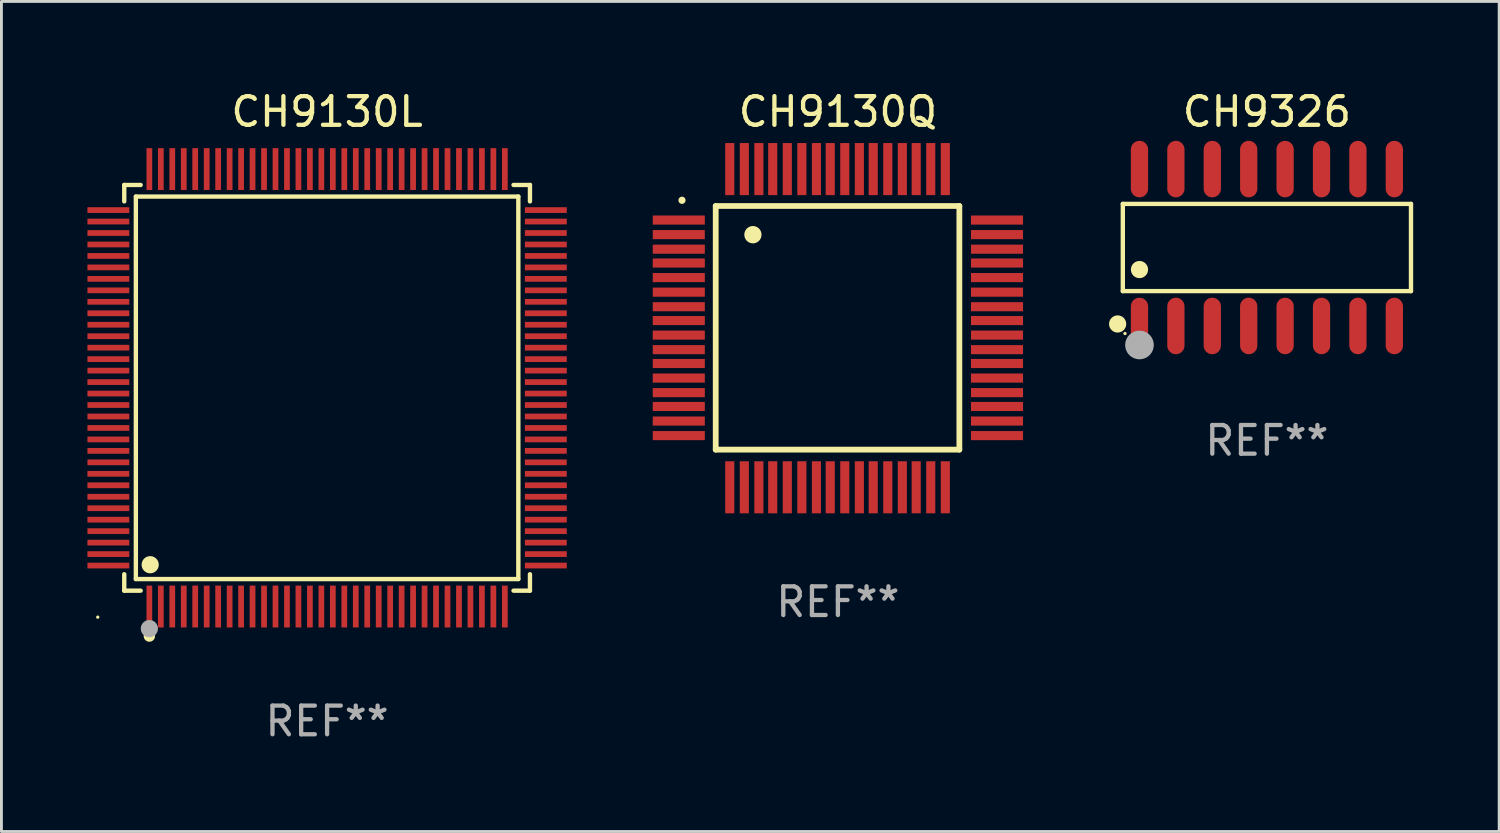
<source format=kicad_pcb>
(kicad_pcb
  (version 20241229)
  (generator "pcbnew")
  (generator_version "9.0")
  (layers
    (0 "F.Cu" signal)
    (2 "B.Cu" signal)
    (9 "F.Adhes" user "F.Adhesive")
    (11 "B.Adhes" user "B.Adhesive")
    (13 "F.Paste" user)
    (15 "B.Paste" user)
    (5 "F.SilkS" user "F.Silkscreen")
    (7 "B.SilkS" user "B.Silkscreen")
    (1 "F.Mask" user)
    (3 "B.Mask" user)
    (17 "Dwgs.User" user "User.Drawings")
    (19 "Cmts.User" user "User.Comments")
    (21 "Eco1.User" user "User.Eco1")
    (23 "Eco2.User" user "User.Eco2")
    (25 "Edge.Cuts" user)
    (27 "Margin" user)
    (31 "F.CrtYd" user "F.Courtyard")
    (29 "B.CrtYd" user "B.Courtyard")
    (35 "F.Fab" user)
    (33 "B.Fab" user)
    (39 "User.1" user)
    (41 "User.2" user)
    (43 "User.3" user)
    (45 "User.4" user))
  (footprint "CH9326"
    (layer "F.Cu")
    (at 41.143 5.584)
    (property "Reference" "CH9326" (at 0 -4.736 0) (layer "F.SilkS") (effects (font (size 1 1) (thickness 0.15))))
    (attr through_hole)
    (fp_line (start -5.026 -1.521) (end 5.026 -1.521) (stroke (width 0.152) (type solid)) (layer "F.SilkS"))
    (fp_line (start -5.026 1.521) (end -5.026 -1.521) (stroke (width 0.152) (type solid)) (layer "F.SilkS"))
    (fp_line (start 5.026 -1.521) (end 5.026 1.521) (stroke (width 0.152) (type solid)) (layer "F.SilkS"))
    (fp_line (start 5.026 1.521) (end -5.026 1.521) (stroke (width 0.152) (type solid)) (layer "F.SilkS"))
    (fp_circle (center -5.207 2.667) (end -5.057 2.667) (stroke (width 0.3) (type solid)) (fill no) (layer "F.SilkS"))
    (fp_circle (center -4.95 3) (end -4.92 3) (stroke (width 0.06) (type solid)) (fill no) (layer "F.SilkS"))
    (fp_circle (center -4.445 0.769) (end -4.295 0.769) (stroke (width 0.3) (type solid)) (fill no) (layer "F.SilkS"))
    (fp_circle (center -4.445 3.4) (end -4.195 3.4) (stroke (width 0.5) (type solid)) (fill no) (layer "F.Fab"))
    (fp_text user "REF**" (at 0 6.736 0) (layer "F.Fab") (effects (font (size 1 1) (thickness 0.15))))
    (pad "1" smd oval (at -4.445 2.736) (size 0.602 1.971) (layers "F.Cu" "F.Mask" "F.Paste"))
    (pad "2" smd oval (at -3.175 2.736) (size 0.602 1.971) (layers "F.Cu" "F.Mask" "F.Paste"))
    (pad "3" smd oval (at -1.905 2.736) (size 0.602 1.971) (layers "F.Cu" "F.Mask" "F.Paste"))
    (pad "4" smd oval (at -0.635 2.736) (size 0.602 1.971) (layers "F.Cu" "F.Mask" "F.Paste"))
    (pad "5" smd oval (at 0.635 2.736) (size 0.602 1.971) (layers "F.Cu" "F.Mask" "F.Paste"))
    (pad "6" smd oval (at 1.905 2.736) (size 0.602 1.971) (layers "F.Cu" "F.Mask" "F.Paste"))
    (pad "7" smd oval (at 3.175 2.736) (size 0.602 1.971) (layers "F.Cu" "F.Mask" "F.Paste"))
    (pad "8" smd oval (at 4.445 2.736) (size 0.602 1.971) (layers "F.Cu" "F.Mask" "F.Paste"))
    (pad "9" smd oval (at 4.445 -2.736) (size 0.602 1.971) (layers "F.Cu" "F.Mask" "F.Paste"))
    (pad "10" smd oval (at 3.175 -2.736) (size 0.602 1.971) (layers "F.Cu" "F.Mask" "F.Paste"))
    (pad "11" smd oval (at 1.905 -2.736) (size 0.602 1.971) (layers "F.Cu" "F.Mask" "F.Paste"))
    (pad "12" smd oval (at 0.635 -2.736) (size 0.602 1.971) (layers "F.Cu" "F.Mask" "F.Paste"))
    (pad "13" smd oval (at -0.635 -2.736) (size 0.602 1.971) (layers "F.Cu" "F.Mask" "F.Paste"))
    (pad "14" smd oval (at -1.905 -2.736) (size 0.602 1.971) (layers "F.Cu" "F.Mask" "F.Paste"))
    (pad "15" smd oval (at -3.175 -2.736) (size 0.602 1.971) (layers "F.Cu" "F.Mask" "F.Paste"))
    (pad "16" smd oval (at -4.445 -2.736) (size 0.602 1.971) (layers "F.Cu" "F.Mask" "F.Paste")))
  (footprint "CH9130Q"
    (layer "F.Cu")
    (at 26.178 8.398)
    (property "Reference" "CH9130Q" (at 0 -7.55 0) (layer "F.SilkS") (effects (font (size 1 1) (thickness 0.15))))
    (attr through_hole)
    (fp_line (start -4.262 -4.262) (end -4.262 4.237) (stroke (width 0.201) (type solid)) (layer "F.SilkS"))
    (fp_line (start -4.262 4.237) (end 4.237 4.237) (stroke (width 0.201) (type solid)) (layer "F.SilkS"))
    (fp_line (start 4.237 -4.262) (end -4.262 -4.262) (stroke (width 0.201) (type solid)) (layer "F.SilkS"))
    (fp_line (start 4.237 4.237) (end 4.237 -4.262) (stroke (width 0.201) (type solid)) (layer "F.SilkS"))
    (fp_arc (start -5.438151 -4.460249) (mid -5.438157 -4.461519) (end -5.438151 -4.462789) (stroke (width 0.24892) (type solid)) (layer "F.SilkS"))
    (fp_arc (start -2.964186 -3.258827) (mid -2.964197 -3.261367) (end -2.964186 -3.263907) (stroke (width 0.599441) (type solid)) (layer "F.SilkS"))
    (fp_text user "REF**" (at 0 9.55 0) (layer "F.Fab") (effects (font (size 1 1) (thickness 0.15))))
    (pad "1" smd rect (at -5.55 -3.772 90) (size 0.318 1.816) (layers "F.Cu" "F.Mask" "F.Paste"))
    (pad "2" smd rect (at -5.55 -3.264 90) (size 0.318 1.816) (layers "F.Cu" "F.Mask" "F.Paste"))
    (pad "3" smd rect (at -5.55 -2.756 90) (size 0.318 1.816) (layers "F.Cu" "F.Mask" "F.Paste"))
    (pad "4" smd rect (at -5.55 -2.273 90) (size 0.318 1.816) (layers "F.Cu" "F.Mask" "F.Paste"))
    (pad "5" smd rect (at -5.55 -1.765 90) (size 0.318 1.816) (layers "F.Cu" "F.Mask" "F.Paste"))
    (pad "6" smd rect (at -5.55 -1.257 90) (size 0.318 1.816) (layers "F.Cu" "F.Mask" "F.Paste"))
    (pad "7" smd rect (at -5.55 -0.749 90) (size 0.318 1.816) (layers "F.Cu" "F.Mask" "F.Paste"))
    (pad "8" smd rect (at -5.55 -0.267 90) (size 0.318 1.816) (layers "F.Cu" "F.Mask" "F.Paste"))
    (pad "9" smd rect (at -5.55 0.241 90) (size 0.318 1.816) (layers "F.Cu" "F.Mask" "F.Paste"))
    (pad "10" smd rect (at -5.55 0.749 90) (size 0.318 1.816) (layers "F.Cu" "F.Mask" "F.Paste"))
    (pad "11" smd rect (at -5.55 1.232 90) (size 0.318 1.816) (layers "F.Cu" "F.Mask" "F.Paste"))
    (pad "12" smd rect (at -5.55 1.74 90) (size 0.318 1.816) (layers "F.Cu" "F.Mask" "F.Paste"))
    (pad "13" smd rect (at -5.55 2.248 90) (size 0.318 1.816) (layers "F.Cu" "F.Mask" "F.Paste"))
    (pad "14" smd rect (at -5.55 2.731 90) (size 0.318 1.816) (layers "F.Cu" "F.Mask" "F.Paste"))
    (pad "15" smd rect (at -5.55 3.239 90) (size 0.318 1.816) (layers "F.Cu" "F.Mask" "F.Paste"))
    (pad "16" smd rect (at -5.55 3.747 90) (size 0.318 1.816) (layers "F.Cu" "F.Mask" "F.Paste"))
    (pad "17" smd rect (at -3.772 5.55) (size 0.318 1.816) (layers "F.Cu" "F.Mask" "F.Paste"))
    (pad "18" smd rect (at -3.264 5.55) (size 0.318 1.816) (layers "F.Cu" "F.Mask" "F.Paste"))
    (pad "19" smd rect (at -2.756 5.55) (size 0.318 1.816) (layers "F.Cu" "F.Mask" "F.Paste"))
    (pad "20" smd rect (at -2.273 5.55) (size 0.318 1.816) (layers "F.Cu" "F.Mask" "F.Paste"))
    (pad "21" smd rect (at -1.765 5.55) (size 0.318 1.816) (layers "F.Cu" "F.Mask" "F.Paste"))
    (pad "22" smd rect (at -1.257 5.55) (size 0.318 1.816) (layers "F.Cu" "F.Mask" "F.Paste"))
    (pad "23" smd rect (at -0.749 5.55) (size 0.318 1.816) (layers "F.Cu" "F.Mask" "F.Paste"))
    (pad "24" smd rect (at -0.267 5.55) (size 0.318 1.816) (layers "F.Cu" "F.Mask" "F.Paste"))
    (pad "25" smd rect (at 0.241 5.55) (size 0.318 1.816) (layers "F.Cu" "F.Mask" "F.Paste"))
    (pad "26" smd rect (at 0.749 5.55) (size 0.318 1.816) (layers "F.Cu" "F.Mask" "F.Paste"))
    (pad "27" smd rect (at 1.232 5.55) (size 0.318 1.816) (layers "F.Cu" "F.Mask" "F.Paste"))
    (pad "28" smd rect (at 1.74 5.55) (size 0.318 1.816) (layers "F.Cu" "F.Mask" "F.Paste"))
    (pad "29" smd rect (at 2.248 5.55) (size 0.318 1.816) (layers "F.Cu" "F.Mask" "F.Paste"))
    (pad "30" smd rect (at 2.731 5.55) (size 0.318 1.816) (layers "F.Cu" "F.Mask" "F.Paste"))
    (pad "31" smd rect (at 3.239 5.55) (size 0.318 1.816) (layers "F.Cu" "F.Mask" "F.Paste"))
    (pad "32" smd rect (at 3.747 5.55) (size 0.318 1.816) (layers "F.Cu" "F.Mask" "F.Paste"))
    (pad "33" smd rect (at 5.55 3.747 90) (size 0.318 1.816) (layers "F.Cu" "F.Mask" "F.Paste"))
    (pad "34" smd rect (at 5.55 3.239 90) (size 0.318 1.816) (layers "F.Cu" "F.Mask" "F.Paste"))
    (pad "35" smd rect (at 5.55 2.731 90) (size 0.318 1.816) (layers "F.Cu" "F.Mask" "F.Paste"))
    (pad "36" smd rect (at 5.55 2.248 90) (size 0.318 1.816) (layers "F.Cu" "F.Mask" "F.Paste"))
    (pad "37" smd rect (at 5.55 1.74 90) (size 0.318 1.816) (layers "F.Cu" "F.Mask" "F.Paste"))
    (pad "38" smd rect (at 5.55 1.232 90) (size 0.318 1.816) (layers "F.Cu" "F.Mask" "F.Paste"))
    (pad "39" smd rect (at 5.55 0.749 90) (size 0.318 1.816) (layers "F.Cu" "F.Mask" "F.Paste"))
    (pad "40" smd rect (at 5.55 0.241 90) (size 0.318 1.816) (layers "F.Cu" "F.Mask" "F.Paste"))
    (pad "41" smd rect (at 5.55 -0.267 90) (size 0.318 1.816) (layers "F.Cu" "F.Mask" "F.Paste"))
    (pad "42" smd rect (at 5.55 -0.749 90) (size 0.318 1.816) (layers "F.Cu" "F.Mask" "F.Paste"))
    (pad "43" smd rect (at 5.55 -1.257 90) (size 0.318 1.816) (layers "F.Cu" "F.Mask" "F.Paste"))
    (pad "44" smd rect (at 5.55 -1.765 90) (size 0.318 1.816) (layers "F.Cu" "F.Mask" "F.Paste"))
    (pad "45" smd rect (at 5.55 -2.273 90) (size 0.318 1.816) (layers "F.Cu" "F.Mask" "F.Paste"))
    (pad "46" smd rect (at 5.55 -2.756 90) (size 0.318 1.816) (layers "F.Cu" "F.Mask" "F.Paste"))
    (pad "47" smd rect (at 5.55 -3.264 90) (size 0.318 1.816) (layers "F.Cu" "F.Mask" "F.Paste"))
    (pad "48" smd rect (at 5.55 -3.772 90) (size 0.318 1.816) (layers "F.Cu" "F.Mask" "F.Paste"))
    (pad "49" smd rect (at 3.747 -5.55) (size 0.318 1.816) (layers "F.Cu" "F.Mask" "F.Paste"))
    (pad "50" smd rect (at 3.239 -5.55) (size 0.318 1.816) (layers "F.Cu" "F.Mask" "F.Paste"))
    (pad "51" smd rect (at 2.731 -5.55) (size 0.318 1.816) (layers "F.Cu" "F.Mask" "F.Paste"))
    (pad "52" smd rect (at 2.248 -5.55) (size 0.318 1.816) (layers "F.Cu" "F.Mask" "F.Paste"))
    (pad "53" smd rect (at 1.74 -5.55) (size 0.318 1.816) (layers "F.Cu" "F.Mask" "F.Paste"))
    (pad "54" smd rect (at 1.232 -5.55) (size 0.318 1.816) (layers "F.Cu" "F.Mask" "F.Paste"))
    (pad "55" smd rect (at 0.749 -5.55) (size 0.318 1.816) (layers "F.Cu" "F.Mask" "F.Paste"))
    (pad "56" smd rect (at 0.241 -5.55) (size 0.318 1.816) (layers "F.Cu" "F.Mask" "F.Paste"))
    (pad "57" smd rect (at -0.267 -5.55) (size 0.318 1.816) (layers "F.Cu" "F.Mask" "F.Paste"))
    (pad "58" smd rect (at -0.749 -5.55) (size 0.318 1.816) (layers "F.Cu" "F.Mask" "F.Paste"))
    (pad "59" smd rect (at -1.257 -5.55) (size 0.318 1.816) (layers "F.Cu" "F.Mask" "F.Paste"))
    (pad "60" smd rect (at -1.765 -5.55) (size 0.318 1.816) (layers "F.Cu" "F.Mask" "F.Paste"))
    (pad "61" smd rect (at -2.273 -5.55) (size 0.318 1.816) (layers "F.Cu" "F.Mask" "F.Paste"))
    (pad "62" smd rect (at -2.756 -5.55) (size 0.318 1.816) (layers "F.Cu" "F.Mask" "F.Paste"))
    (pad "63" smd rect (at -3.264 -5.55) (size 0.318 1.816) (layers "F.Cu" "F.Mask" "F.Paste"))
    (pad "64" smd rect (at -3.772 -5.55) (size 0.318 1.816) (layers "F.Cu" "F.Mask" "F.Paste")))
  (footprint "CH9130L"
    (layer "F.Cu")
    (at 8.36 10.478)
    (property "Reference" "CH9130L" (at 0 -9.63 0) (layer "F.SilkS") (effects (font (size 1 1) (thickness 0.15))))
    (attr through_hole)
    (fp_line (start -7.076 -7.076) (end -6.503 -7.076) (stroke (width 0.152) (type solid)) (layer "F.SilkS"))
    (fp_line (start -7.076 -6.503) (end -7.076 -7.076) (stroke (width 0.152) (type solid)) (layer "F.SilkS"))
    (fp_line (start -7.076 6.503) (end -7.076 7.076) (stroke (width 0.152) (type solid)) (layer "F.SilkS"))
    (fp_line (start -7.076 7.076) (end -6.503 7.076) (stroke (width 0.152) (type solid)) (layer "F.SilkS"))
    (fp_line (start -6.671 -6.671) (end 6.671 -6.671) (stroke (width 0.152) (type solid)) (layer "F.SilkS"))
    (fp_line (start -6.671 6.671) (end -6.671 -6.671) (stroke (width 0.152) (type solid)) (layer "F.SilkS"))
    (fp_line (start 6.671 -6.671) (end 6.671 6.671) (stroke (width 0.152) (type solid)) (layer "F.SilkS"))
    (fp_line (start 6.671 6.671) (end -6.671 6.671) (stroke (width 0.152) (type solid)) (layer "F.SilkS"))
    (fp_line (start 7.076 -7.076) (end 6.503 -7.076) (stroke (width 0.152) (type solid)) (layer "F.SilkS"))
    (fp_line (start 7.076 -6.503) (end 7.076 -7.076) (stroke (width 0.152) (type solid)) (layer "F.SilkS"))
    (fp_line (start 7.076 6.503) (end 7.076 7.076) (stroke (width 0.152) (type solid)) (layer "F.SilkS"))
    (fp_line (start 7.076 7.076) (end 6.503 7.076) (stroke (width 0.152) (type solid)) (layer "F.SilkS"))
    (fp_circle (center -8 8) (end -7.97 8) (stroke (width 0.06) (type solid)) (fill no) (layer "F.SilkS"))
    (fp_circle (center -6.2 8.66) (end -6.1 8.66) (stroke (width 0.2) (type solid)) (fill no) (layer "F.SilkS"))
    (fp_circle (center -6.171 6.171) (end -6.021 6.171) (stroke (width 0.3) (type solid)) (fill no) (layer "F.SilkS"))
    (fp_circle (center -6.2 8.4) (end -6.05 8.4) (stroke (width 0.3) (type solid)) (fill no) (layer "F.Fab"))
    (fp_text user "REF**" (at 0 11.63 0) (layer "F.Fab") (effects (font (size 1 1) (thickness 0.15))))
    (pad "1" smd rect (at -6.2 7.63) (size 0.2 1.46) (layers "F.Cu" "F.Mask" "F.Paste"))
    (pad "2" smd rect (at -5.8 7.63) (size 0.2 1.46) (layers "F.Cu" "F.Mask" "F.Paste"))
    (pad "3" smd rect (at -5.4 7.63) (size 0.2 1.46) (layers "F.Cu" "F.Mask" "F.Paste"))
    (pad "4" smd rect (at -5 7.63) (size 0.2 1.46) (layers "F.Cu" "F.Mask" "F.Paste"))
    (pad "5" smd rect (at -4.6 7.63) (size 0.2 1.46) (layers "F.Cu" "F.Mask" "F.Paste"))
    (pad "6" smd rect (at -4.2 7.63) (size 0.2 1.46) (layers "F.Cu" "F.Mask" "F.Paste"))
    (pad "7" smd rect (at -3.8 7.63) (size 0.2 1.46) (layers "F.Cu" "F.Mask" "F.Paste"))
    (pad "8" smd rect (at -3.4 7.63) (size 0.2 1.46) (layers "F.Cu" "F.Mask" "F.Paste"))
    (pad "9" smd rect (at -3 7.63) (size 0.2 1.46) (layers "F.Cu" "F.Mask" "F.Paste"))
    (pad "10" smd rect (at -2.6 7.63) (size 0.2 1.46) (layers "F.Cu" "F.Mask" "F.Paste"))
    (pad "11" smd rect (at -2.2 7.63) (size 0.2 1.46) (layers "F.Cu" "F.Mask" "F.Paste"))
    (pad "12" smd rect (at -1.8 7.63) (size 0.2 1.46) (layers "F.Cu" "F.Mask" "F.Paste"))
    (pad "13" smd rect (at -1.4 7.63) (size 0.2 1.46) (layers "F.Cu" "F.Mask" "F.Paste"))
    (pad "14" smd rect (at -1 7.63) (size 0.2 1.46) (layers "F.Cu" "F.Mask" "F.Paste"))
    (pad "15" smd rect (at -0.6 7.63) (size 0.2 1.46) (layers "F.Cu" "F.Mask" "F.Paste"))
    (pad "16" smd rect (at -0.2 7.63) (size 0.2 1.46) (layers "F.Cu" "F.Mask" "F.Paste"))
    (pad "17" smd rect (at 0.2 7.63) (size 0.2 1.46) (layers "F.Cu" "F.Mask" "F.Paste"))
    (pad "18" smd rect (at 0.6 7.63) (size 0.2 1.46) (layers "F.Cu" "F.Mask" "F.Paste"))
    (pad "19" smd rect (at 1 7.63) (size 0.2 1.46) (layers "F.Cu" "F.Mask" "F.Paste"))
    (pad "20" smd rect (at 1.4 7.63) (size 0.2 1.46) (layers "F.Cu" "F.Mask" "F.Paste"))
    (pad "21" smd rect (at 1.8 7.63) (size 0.2 1.46) (layers "F.Cu" "F.Mask" "F.Paste"))
    (pad "22" smd rect (at 2.2 7.63) (size 0.2 1.46) (layers "F.Cu" "F.Mask" "F.Paste"))
    (pad "23" smd rect (at 2.6 7.63) (size 0.2 1.46) (layers "F.Cu" "F.Mask" "F.Paste"))
    (pad "24" smd rect (at 3 7.63) (size 0.2 1.46) (layers "F.Cu" "F.Mask" "F.Paste"))
    (pad "25" smd rect (at 3.4 7.63) (size 0.2 1.46) (layers "F.Cu" "F.Mask" "F.Paste"))
    (pad "26" smd rect (at 3.8 7.63) (size 0.2 1.46) (layers "F.Cu" "F.Mask" "F.Paste"))
    (pad "27" smd rect (at 4.2 7.63) (size 0.2 1.46) (layers "F.Cu" "F.Mask" "F.Paste"))
    (pad "28" smd rect (at 4.6 7.63) (size 0.2 1.46) (layers "F.Cu" "F.Mask" "F.Paste"))
    (pad "29" smd rect (at 5 7.63) (size 0.2 1.46) (layers "F.Cu" "F.Mask" "F.Paste"))
    (pad "30" smd rect (at 5.4 7.63) (size 0.2 1.46) (layers "F.Cu" "F.Mask" "F.Paste"))
    (pad "31" smd rect (at 5.8 7.63) (size 0.2 1.46) (layers "F.Cu" "F.Mask" "F.Paste"))
    (pad "32" smd rect (at 6.2 7.63) (size 0.2 1.46) (layers "F.Cu" "F.Mask" "F.Paste"))
    (pad "33" smd rect (at 7.63 6.2) (size 1.46 0.2) (layers "F.Cu" "F.Mask" "F.Paste"))
    (pad "34" smd rect (at 7.63 5.8) (size 1.46 0.2) (layers "F.Cu" "F.Mask" "F.Paste"))
    (pad "35" smd rect (at 7.63 5.4) (size 1.46 0.2) (layers "F.Cu" "F.Mask" "F.Paste"))
    (pad "36" smd rect (at 7.63 5) (size 1.46 0.2) (layers "F.Cu" "F.Mask" "F.Paste"))
    (pad "37" smd rect (at 7.63 4.6) (size 1.46 0.2) (layers "F.Cu" "F.Mask" "F.Paste"))
    (pad "38" smd rect (at 7.63 4.2) (size 1.46 0.2) (layers "F.Cu" "F.Mask" "F.Paste"))
    (pad "39" smd rect (at 7.63 3.8) (size 1.46 0.2) (layers "F.Cu" "F.Mask" "F.Paste"))
    (pad "40" smd rect (at 7.63 3.4) (size 1.46 0.2) (layers "F.Cu" "F.Mask" "F.Paste"))
    (pad "41" smd rect (at 7.63 3) (size 1.46 0.2) (layers "F.Cu" "F.Mask" "F.Paste"))
    (pad "42" smd rect (at 7.63 2.6) (size 1.46 0.2) (layers "F.Cu" "F.Mask" "F.Paste"))
    (pad "43" smd rect (at 7.63 2.2) (size 1.46 0.2) (layers "F.Cu" "F.Mask" "F.Paste"))
    (pad "44" smd rect (at 7.63 1.8) (size 1.46 0.2) (layers "F.Cu" "F.Mask" "F.Paste"))
    (pad "45" smd rect (at 7.63 1.4) (size 1.46 0.2) (layers "F.Cu" "F.Mask" "F.Paste"))
    (pad "46" smd rect (at 7.63 1) (size 1.46 0.2) (layers "F.Cu" "F.Mask" "F.Paste"))
    (pad "47" smd rect (at 7.63 0.6) (size 1.46 0.2) (layers "F.Cu" "F.Mask" "F.Paste"))
    (pad "48" smd rect (at 7.63 0.2) (size 1.46 0.2) (layers "F.Cu" "F.Mask" "F.Paste"))
    (pad "49" smd rect (at 7.63 -0.2) (size 1.46 0.2) (layers "F.Cu" "F.Mask" "F.Paste"))
    (pad "50" smd rect (at 7.63 -0.6) (size 1.46 0.2) (layers "F.Cu" "F.Mask" "F.Paste"))
    (pad "51" smd rect (at 7.63 -1) (size 1.46 0.2) (layers "F.Cu" "F.Mask" "F.Paste"))
    (pad "52" smd rect (at 7.63 -1.4) (size 1.46 0.2) (layers "F.Cu" "F.Mask" "F.Paste"))
    (pad "53" smd rect (at 7.63 -1.8) (size 1.46 0.2) (layers "F.Cu" "F.Mask" "F.Paste"))
    (pad "54" smd rect (at 7.63 -2.2) (size 1.46 0.2) (layers "F.Cu" "F.Mask" "F.Paste"))
    (pad "55" smd rect (at 7.63 -2.6) (size 1.46 0.2) (layers "F.Cu" "F.Mask" "F.Paste"))
    (pad "56" smd rect (at 7.63 -3) (size 1.46 0.2) (layers "F.Cu" "F.Mask" "F.Paste"))
    (pad "57" smd rect (at 7.63 -3.4) (size 1.46 0.2) (layers "F.Cu" "F.Mask" "F.Paste"))
    (pad "58" smd rect (at 7.63 -3.8) (size 1.46 0.2) (layers "F.Cu" "F.Mask" "F.Paste"))
    (pad "59" smd rect (at 7.63 -4.2) (size 1.46 0.2) (layers "F.Cu" "F.Mask" "F.Paste"))
    (pad "60" smd rect (at 7.63 -4.6) (size 1.46 0.2) (layers "F.Cu" "F.Mask" "F.Paste"))
    (pad "61" smd rect (at 7.63 -5) (size 1.46 0.2) (layers "F.Cu" "F.Mask" "F.Paste"))
    (pad "62" smd rect (at 7.63 -5.4) (size 1.46 0.2) (layers "F.Cu" "F.Mask" "F.Paste"))
    (pad "63" smd rect (at 7.63 -5.8) (size 1.46 0.2) (layers "F.Cu" "F.Mask" "F.Paste"))
    (pad "64" smd rect (at 7.63 -6.2) (size 1.46 0.2) (layers "F.Cu" "F.Mask" "F.Paste"))
    (pad "65" smd rect (at 6.2 -7.63) (size 0.2 1.46) (layers "F.Cu" "F.Mask" "F.Paste"))
    (pad "66" smd rect (at 5.8 -7.63) (size 0.2 1.46) (layers "F.Cu" "F.Mask" "F.Paste"))
    (pad "67" smd rect (at 5.4 -7.63) (size 0.2 1.46) (layers "F.Cu" "F.Mask" "F.Paste"))
    (pad "68" smd rect (at 5 -7.63) (size 0.2 1.46) (layers "F.Cu" "F.Mask" "F.Paste"))
    (pad "69" smd rect (at 4.6 -7.63) (size 0.2 1.46) (layers "F.Cu" "F.Mask" "F.Paste"))
    (pad "70" smd rect (at 4.2 -7.63) (size 0.2 1.46) (layers "F.Cu" "F.Mask" "F.Paste"))
    (pad "71" smd rect (at 3.8 -7.63) (size 0.2 1.46) (layers "F.Cu" "F.Mask" "F.Paste"))
    (pad "72" smd rect (at 3.4 -7.63) (size 0.2 1.46) (layers "F.Cu" "F.Mask" "F.Paste"))
    (pad "73" smd rect (at 3 -7.63) (size 0.2 1.46) (layers "F.Cu" "F.Mask" "F.Paste"))
    (pad "74" smd rect (at 2.6 -7.63) (size 0.2 1.46) (layers "F.Cu" "F.Mask" "F.Paste"))
    (pad "75" smd rect (at 2.2 -7.63) (size 0.2 1.46) (layers "F.Cu" "F.Mask" "F.Paste"))
    (pad "76" smd rect (at 1.8 -7.63) (size 0.2 1.46) (layers "F.Cu" "F.Mask" "F.Paste"))
    (pad "77" smd rect (at 1.4 -7.63) (size 0.2 1.46) (layers "F.Cu" "F.Mask" "F.Paste"))
    (pad "78" smd rect (at 1 -7.63) (size 0.2 1.46) (layers "F.Cu" "F.Mask" "F.Paste"))
    (pad "79" smd rect (at 0.6 -7.63) (size 0.2 1.46) (layers "F.Cu" "F.Mask" "F.Paste"))
    (pad "80" smd rect (at 0.2 -7.63) (size 0.2 1.46) (layers "F.Cu" "F.Mask" "F.Paste"))
    (pad "81" smd rect (at -0.2 -7.63) (size 0.2 1.46) (layers "F.Cu" "F.Mask" "F.Paste"))
    (pad "82" smd rect (at -0.6 -7.63) (size 0.2 1.46) (layers "F.Cu" "F.Mask" "F.Paste"))
    (pad "83" smd rect (at -1 -7.63) (size 0.2 1.46) (layers "F.Cu" "F.Mask" "F.Paste"))
    (pad "84" smd rect (at -1.4 -7.63) (size 0.2 1.46) (layers "F.Cu" "F.Mask" "F.Paste"))
    (pad "85" smd rect (at -1.8 -7.63) (size 0.2 1.46) (layers "F.Cu" "F.Mask" "F.Paste"))
    (pad "86" smd rect (at -2.2 -7.63) (size 0.2 1.46) (layers "F.Cu" "F.Mask" "F.Paste"))
    (pad "87" smd rect (at -2.6 -7.63) (size 0.2 1.46) (layers "F.Cu" "F.Mask" "F.Paste"))
    (pad "88" smd rect (at -3 -7.63) (size 0.2 1.46) (layers "F.Cu" "F.Mask" "F.Paste"))
    (pad "89" smd rect (at -3.4 -7.63) (size 0.2 1.46) (layers "F.Cu" "F.Mask" "F.Paste"))
    (pad "90" smd rect (at -3.8 -7.63) (size 0.2 1.46) (layers "F.Cu" "F.Mask" "F.Paste"))
    (pad "91" smd rect (at -4.2 -7.63) (size 0.2 1.46) (layers "F.Cu" "F.Mask" "F.Paste"))
    (pad "92" smd rect (at -4.6 -7.63) (size 0.2 1.46) (layers "F.Cu" "F.Mask" "F.Paste"))
    (pad "93" smd rect (at -5 -7.63) (size 0.2 1.46) (layers "F.Cu" "F.Mask" "F.Paste"))
    (pad "94" smd rect (at -5.4 -7.63) (size 0.2 1.46) (layers "F.Cu" "F.Mask" "F.Paste"))
    (pad "95" smd rect (at -5.8 -7.63) (size 0.2 1.46) (layers "F.Cu" "F.Mask" "F.Paste"))
    (pad "96" smd rect (at -6.2 -7.63) (size 0.2 1.46) (layers "F.Cu" "F.Mask" "F.Paste"))
    (pad "97" smd rect (at -7.63 -6.2) (size 1.46 0.2) (layers "F.Cu" "F.Mask" "F.Paste"))
    (pad "98" smd rect (at -7.63 -5.8) (size 1.46 0.2) (layers "F.Cu" "F.Mask" "F.Paste"))
    (pad "99" smd rect (at -7.63 -5.4) (size 1.46 0.2) (layers "F.Cu" "F.Mask" "F.Paste"))
    (pad "100" smd rect (at -7.63 -5) (size 1.46 0.2) (layers "F.Cu" "F.Mask" "F.Paste"))
    (pad "101" smd rect (at -7.63 -4.6) (size 1.46 0.2) (layers "F.Cu" "F.Mask" "F.Paste"))
    (pad "102" smd rect (at -7.63 -4.2) (size 1.46 0.2) (layers "F.Cu" "F.Mask" "F.Paste"))
    (pad "103" smd rect (at -7.63 -3.8) (size 1.46 0.2) (layers "F.Cu" "F.Mask" "F.Paste"))
    (pad "104" smd rect (at -7.63 -3.4) (size 1.46 0.2) (layers "F.Cu" "F.Mask" "F.Paste"))
    (pad "105" smd rect (at -7.63 -3) (size 1.46 0.2) (layers "F.Cu" "F.Mask" "F.Paste"))
    (pad "106" smd rect (at -7.63 -2.6) (size 1.46 0.2) (layers "F.Cu" "F.Mask" "F.Paste"))
    (pad "107" smd rect (at -7.63 -2.2) (size 1.46 0.2) (layers "F.Cu" "F.Mask" "F.Paste"))
    (pad "108" smd rect (at -7.63 -1.8) (size 1.46 0.2) (layers "F.Cu" "F.Mask" "F.Paste"))
    (pad "109" smd rect (at -7.63 -1.4) (size 1.46 0.2) (layers "F.Cu" "F.Mask" "F.Paste"))
    (pad "110" smd rect (at -7.63 -1) (size 1.46 0.2) (layers "F.Cu" "F.Mask" "F.Paste"))
    (pad "111" smd rect (at -7.63 -0.6) (size 1.46 0.2) (layers "F.Cu" "F.Mask" "F.Paste"))
    (pad "112" smd rect (at -7.63 -0.2) (size 1.46 0.2) (layers "F.Cu" "F.Mask" "F.Paste"))
    (pad "113" smd rect (at -7.63 0.2) (size 1.46 0.2) (layers "F.Cu" "F.Mask" "F.Paste"))
    (pad "114" smd rect (at -7.63 0.6) (size 1.46 0.2) (layers "F.Cu" "F.Mask" "F.Paste"))
    (pad "115" smd rect (at -7.63 1) (size 1.46 0.2) (layers "F.Cu" "F.Mask" "F.Paste"))
    (pad "116" smd rect (at -7.63 1.4) (size 1.46 0.2) (layers "F.Cu" "F.Mask" "F.Paste"))
    (pad "117" smd rect (at -7.63 1.8) (size 1.46 0.2) (layers "F.Cu" "F.Mask" "F.Paste"))
    (pad "118" smd rect (at -7.63 2.2) (size 1.46 0.2) (layers "F.Cu" "F.Mask" "F.Paste"))
    (pad "119" smd rect (at -7.63 2.6) (size 1.46 0.2) (layers "F.Cu" "F.Mask" "F.Paste"))
    (pad "120" smd rect (at -7.63 3) (size 1.46 0.2) (layers "F.Cu" "F.Mask" "F.Paste"))
    (pad "121" smd rect (at -7.63 3.4) (size 1.46 0.2) (layers "F.Cu" "F.Mask" "F.Paste"))
    (pad "122" smd rect (at -7.63 3.8) (size 1.46 0.2) (layers "F.Cu" "F.Mask" "F.Paste"))
    (pad "123" smd rect (at -7.63 4.2) (size 1.46 0.2) (layers "F.Cu" "F.Mask" "F.Paste"))
    (pad "124" smd rect (at -7.63 4.6) (size 1.46 0.2) (layers "F.Cu" "F.Mask" "F.Paste"))
    (pad "125" smd rect (at -7.63 5) (size 1.46 0.2) (layers "F.Cu" "F.Mask" "F.Paste"))
    (pad "126" smd rect (at -7.63 5.4) (size 1.46 0.2) (layers "F.Cu" "F.Mask" "F.Paste"))
    (pad "127" smd rect (at -7.63 5.8) (size 1.46 0.2) (layers "F.Cu" "F.Mask" "F.Paste"))
    (pad "128" smd rect (at -7.63 6.2) (size 1.46 0.2) (layers "F.Cu" "F.Mask" "F.Paste")))
  (gr_rect
    (start -3 -3)
    (end 49.245 25.956)
    (stroke (width 0.1) (type default))
    (fill no)
    (layer "Edge.Cuts")))
</source>
